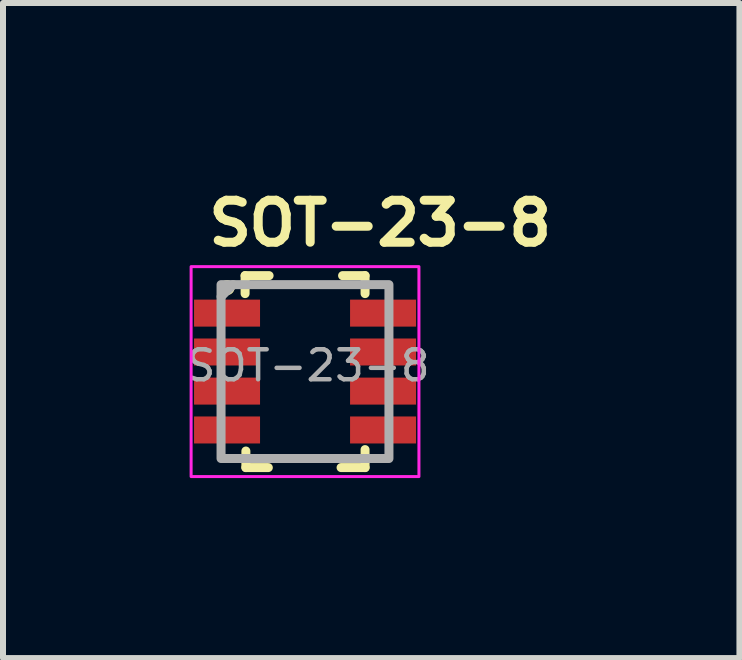
<source format=kicad_pcb>
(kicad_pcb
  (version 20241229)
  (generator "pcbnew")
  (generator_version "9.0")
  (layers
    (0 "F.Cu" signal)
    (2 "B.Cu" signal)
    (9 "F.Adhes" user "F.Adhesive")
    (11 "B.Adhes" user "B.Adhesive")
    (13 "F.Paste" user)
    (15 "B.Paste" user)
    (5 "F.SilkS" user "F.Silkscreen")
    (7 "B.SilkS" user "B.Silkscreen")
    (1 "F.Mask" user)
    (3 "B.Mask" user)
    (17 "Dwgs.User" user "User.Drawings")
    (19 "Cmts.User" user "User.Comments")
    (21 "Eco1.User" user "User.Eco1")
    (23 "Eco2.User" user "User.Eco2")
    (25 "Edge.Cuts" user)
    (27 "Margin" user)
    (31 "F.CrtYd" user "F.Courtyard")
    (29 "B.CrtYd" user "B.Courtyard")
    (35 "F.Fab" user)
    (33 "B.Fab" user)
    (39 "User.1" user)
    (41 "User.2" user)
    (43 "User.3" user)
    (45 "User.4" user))
  (footprint "SOT-23-8"
    (layer "F.Cu")
    (at 2.036 3.145)
    (property "Reference" "SOT-23-8" (at 1.252 -2.473 180) (layer "F.SilkS") (effects (font (size 0.7 0.7) (thickness 0.15))))
    (attr smd)
    (fp_line (start -1 -1.6) (end -1 -1.3) (stroke (width 0.15) (type solid)) (layer "F.SilkS"))
    (fp_line (start -0.987 1.324) (end -0.987 1.6) (stroke (width 0.15) (type solid)) (layer "F.SilkS"))
    (fp_line (start -0.987 1.6) (end -0.613 1.6) (stroke (width 0.15) (type solid)) (layer "F.SilkS"))
    (fp_line (start -0.6 -1.6) (end -1 -1.6) (stroke (width 0.15) (type solid)) (layer "F.SilkS"))
    (fp_line (start 0.6 1.6) (end 1 1.6) (stroke (width 0.15) (type solid)) (layer "F.SilkS"))
    (fp_line (start 0.625 -1.6) (end 1 -1.6) (stroke (width 0.15) (type solid)) (layer "F.SilkS"))
    (fp_line (start 1 -1.6) (end 1 -1.3) (stroke (width 0.15) (type solid)) (layer "F.SilkS"))
    (fp_line (start 1 1.6) (end 1 1.3) (stroke (width 0.15) (type solid)) (layer "F.SilkS"))
    (fp_circle (center -1.3 -1.4) (end -1.25 -1.4) (stroke (width 0.15) (type solid)) (fill yes) (layer "F.SilkS"))
    (fp_rect (start 1.898 1.75) (end -1.9 -1.75) (stroke (width 0.05) (type solid)) (fill no) (layer "F.CrtYd"))
    (fp_line (start -1.2 -1.45) (end -1.4 -1.25) (stroke (width 0.15) (type solid)) (layer "F.Fab"))
    (fp_rect (start 1.398 1.449) (end -1.401 -1.45) (stroke (width 0.15) (type solid)) (fill no) (layer "F.Fab"))
    (fp_rect (start 1.398 1.449) (end -1.401 -1.45) (stroke (width 0.1) (type solid)) (fill no) (layer "User.5"))
    (fp_line (start -1.401 -0.826) (end -1.401 -1.125) (stroke (width 0.02) (type solid)) (layer "User.9"))
    (fp_line (start -1.401 -0.826) (end -1.18 -0.826) (stroke (width 0.02) (type solid)) (layer "User.9"))
    (fp_line (start -1.401 -0.176) (end -1.401 -0.476) (stroke (width 0.02) (type solid)) (layer "User.9"))
    (fp_line (start -1.401 -0.176) (end -1.18 -0.176) (stroke (width 0.02) (type solid)) (layer "User.9"))
    (fp_line (start -1.401 0.474) (end -1.401 0.174) (stroke (width 0.02) (type solid)) (layer "User.9"))
    (fp_line (start -1.401 0.474) (end -1.18 0.474) (stroke (width 0.02) (type solid)) (layer "User.9"))
    (fp_line (start -1.401 1.124) (end -1.401 0.824) (stroke (width 0.02) (type solid)) (layer "User.9"))
    (fp_line (start -1.401 1.124) (end -1.18 1.124) (stroke (width 0.02) (type solid)) (layer "User.9"))
    (fp_line (start -1.18 -1.125) (end -1.401 -1.125) (stroke (width 0.02) (type solid)) (layer "User.9"))
    (fp_line (start -1.18 -0.826) (end -1.101 -0.826) (stroke (width 0.02) (type solid)) (layer "User.9"))
    (fp_line (start -1.18 -0.476) (end -1.401 -0.476) (stroke (width 0.02) (type solid)) (layer "User.9"))
    (fp_line (start -1.18 -0.176) (end -1.101 -0.176) (stroke (width 0.02) (type solid)) (layer "User.9"))
    (fp_line (start -1.18 0.174) (end -1.401 0.174) (stroke (width 0.02) (type solid)) (layer "User.9"))
    (fp_line (start -1.18 0.474) (end -1.101 0.474) (stroke (width 0.02) (type solid)) (layer "User.9"))
    (fp_line (start -1.18 0.824) (end -1.401 0.824) (stroke (width 0.02) (type solid)) (layer "User.9"))
    (fp_line (start -1.18 1.124) (end -1.101 1.124) (stroke (width 0.02) (type solid)) (layer "User.9"))
    (fp_line (start -1.101 -1.125) (end -1.18 -1.125) (stroke (width 0.02) (type solid)) (layer "User.9"))
    (fp_line (start -1.101 -1.125) (end -0.865 -1.125) (stroke (width 0.02) (type solid)) (layer "User.9"))
    (fp_line (start -1.101 -0.826) (end -1.101 -1.125) (stroke (width 0.02) (type solid)) (layer "User.9"))
    (fp_line (start -1.101 -0.826) (end -0.865 -0.826) (stroke (width 0.02) (type solid)) (layer "User.9"))
    (fp_line (start -1.101 -0.476) (end -1.18 -0.476) (stroke (width 0.02) (type solid)) (layer "User.9"))
    (fp_line (start -1.101 -0.476) (end -0.865 -0.476) (stroke (width 0.02) (type solid)) (layer "User.9"))
    (fp_line (start -1.101 -0.176) (end -1.101 -0.476) (stroke (width 0.02) (type solid)) (layer "User.9"))
    (fp_line (start -1.101 -0.176) (end -0.865 -0.176) (stroke (width 0.02) (type solid)) (layer "User.9"))
    (fp_line (start -1.101 0.174) (end -1.18 0.174) (stroke (width 0.02) (type solid)) (layer "User.9"))
    (fp_line (start -1.101 0.174) (end -0.865 0.174) (stroke (width 0.02) (type solid)) (layer "User.9"))
    (fp_line (start -1.101 0.474) (end -1.101 0.174) (stroke (width 0.02) (type solid)) (layer "User.9"))
    (fp_line (start -1.101 0.474) (end -0.865 0.474) (stroke (width 0.02) (type solid)) (layer "User.9"))
    (fp_line (start -1.101 0.824) (end -1.18 0.824) (stroke (width 0.02) (type solid)) (layer "User.9"))
    (fp_line (start -1.101 0.824) (end -0.865 0.824) (stroke (width 0.02) (type solid)) (layer "User.9"))
    (fp_line (start -1.101 1.124) (end -1.101 0.824) (stroke (width 0.02) (type solid)) (layer "User.9"))
    (fp_line (start -1.101 1.124) (end -0.865 1.124) (stroke (width 0.02) (type solid)) (layer "User.9"))
    (fp_line (start -0.865 -0.826) (end -0.802 -0.826) (stroke (width 0.02) (type solid)) (layer "User.9"))
    (fp_line (start -0.865 -0.176) (end -0.802 -0.176) (stroke (width 0.02) (type solid)) (layer "User.9"))
    (fp_line (start -0.865 0.474) (end -0.802 0.474) (stroke (width 0.02) (type solid)) (layer "User.9"))
    (fp_line (start -0.865 1.124) (end -0.802 1.124) (stroke (width 0.02) (type solid)) (layer "User.9"))
    (fp_line (start -0.802 -1.45) (end 0.8 -1.45) (stroke (width 0.02) (type solid)) (layer "User.9"))
    (fp_line (start -0.802 -1.125) (end -0.865 -1.125) (stroke (width 0.02) (type solid)) (layer "User.9"))
    (fp_line (start -0.802 -0.826) (end -0.802 -1.125) (stroke (width 0.02) (type solid)) (layer "User.9"))
    (fp_line (start -0.802 -0.476) (end -0.865 -0.476) (stroke (width 0.02) (type solid)) (layer "User.9"))
    (fp_line (start -0.802 -0.176) (end -0.802 -0.476) (stroke (width 0.02) (type solid)) (layer "User.9"))
    (fp_line (start -0.802 0.174) (end -0.865 0.174) (stroke (width 0.02) (type solid)) (layer "User.9"))
    (fp_line (start -0.802 0.474) (end -0.802 0.174) (stroke (width 0.02) (type solid)) (layer "User.9"))
    (fp_line (start -0.802 0.824) (end -0.865 0.824) (stroke (width 0.02) (type solid)) (layer "User.9"))
    (fp_line (start -0.802 1.124) (end -0.802 0.824) (stroke (width 0.02) (type solid)) (layer "User.9"))
    (fp_line (start -0.802 1.449) (end -0.802 -1.45) (stroke (width 0.02) (type solid)) (layer "User.9"))
    (fp_line (start -0.75 -1.401) (end -0.802 -1.45) (stroke (width 0.02) (type solid)) (layer "User.9"))
    (fp_line (start -0.75 -1.401) (end -0.75 1.398) (stroke (width 0.02) (type solid)) (layer "User.9"))
    (fp_line (start -0.75 -1.401) (end 0.748 -1.401) (stroke (width 0.02) (type solid)) (layer "User.9"))
    (fp_line (start -0.75 1.398) (end -0.802 1.449) (stroke (width 0.02) (type solid)) (layer "User.9"))
    (fp_line (start -0.75 1.398) (end 0.748 1.398) (stroke (width 0.02) (type solid)) (layer "User.9"))
    (fp_line (start -0.552 -1.051) (end -0.551 -1.057) (stroke (width 0.02) (type solid)) (layer "User.9"))
    (fp_line (start -0.552 -1.051) (end -0.551 -1.045) (stroke (width 0.02) (type solid)) (layer "User.9"))
    (fp_line (start -0.551 -1.065) (end -0.55 -1.071) (stroke (width 0.02) (type solid)) (layer "User.9"))
    (fp_line (start -0.551 -1.061) (end -0.552 -1.051) (stroke (width 0.02) (type solid)) (layer "User.9"))
    (fp_line (start -0.551 -1.061) (end -0.551 -1.065) (stroke (width 0.02) (type solid)) (layer "User.9"))
    (fp_line (start -0.551 -1.057) (end -0.551 -1.061) (stroke (width 0.02) (type solid)) (layer "User.9"))
    (fp_line (start -0.551 -1.045) (end -0.551 -1.041) (stroke (width 0.02) (type solid)) (layer "User.9"))
    (fp_line (start -0.551 -1.041) (end -0.552 -1.051) (stroke (width 0.02) (type solid)) (layer "User.9"))
    (fp_line (start -0.551 -1.041) (end -0.551 -1.037) (stroke (width 0.02) (type solid)) (layer "User.9"))
    (fp_line (start -0.551 -1.037) (end -0.55 -1.031) (stroke (width 0.02) (type solid)) (layer "User.9"))
    (fp_line (start -0.55 -1.071) (end -0.551 -1.061) (stroke (width 0.02) (type solid)) (layer "User.9"))
    (fp_line (start -0.55 -1.071) (end -0.549 -1.075) (stroke (width 0.02) (type solid)) (layer "User.9"))
    (fp_line (start -0.55 -1.031) (end -0.551 -1.041) (stroke (width 0.02) (type solid)) (layer "User.9"))
    (fp_line (start -0.55 -1.031) (end -0.549 -1.027) (stroke (width 0.02) (type solid)) (layer "User.9"))
    (fp_line (start -0.549 -1.081) (end -0.55 -1.071) (stroke (width 0.02) (type solid)) (layer "User.9"))
    (fp_line (start -0.549 -1.081) (end -0.548 -1.085) (stroke (width 0.02) (type solid)) (layer "User.9"))
    (fp_line (start -0.549 -1.075) (end -0.549 -1.081) (stroke (width 0.02) (type solid)) (layer "User.9"))
    (fp_line (start -0.549 -1.027) (end -0.549 -1.022) (stroke (width 0.02) (type solid)) (layer "User.9"))
    (fp_line (start -0.549 -1.022) (end -0.55 -1.031) (stroke (width 0.02) (type solid)) (layer "User.9"))
    (fp_line (start -0.549 -1.022) (end -0.548 -1.016) (stroke (width 0.02) (type solid)) (layer "User.9"))
    (fp_line (start -0.548 -1.085) (end -0.546 -1.091) (stroke (width 0.02) (type solid)) (layer "User.9"))
    (fp_line (start -0.548 -1.016) (end -0.546 -1.012) (stroke (width 0.02) (type solid)) (layer "User.9"))
    (fp_line (start -0.546 -1.091) (end -0.549 -1.081) (stroke (width 0.02) (type solid)) (layer "User.9"))
    (fp_line (start -0.546 -1.091) (end -0.545 -1.095) (stroke (width 0.02) (type solid)) (layer "User.9"))
    (fp_line (start -0.546 -1.012) (end -0.549 -1.022) (stroke (width 0.02) (type solid)) (layer "User.9"))
    (fp_line (start -0.546 -1.012) (end -0.545 -1.008) (stroke (width 0.02) (type solid)) (layer "User.9"))
    (fp_line (start -0.545 -1.095) (end -0.543 -1.099) (stroke (width 0.02) (type solid)) (layer "User.9"))
    (fp_line (start -0.545 -1.008) (end -0.543 -1.002) (stroke (width 0.02) (type solid)) (layer "User.9"))
    (fp_line (start -0.543 -1.099) (end -0.546 -1.091) (stroke (width 0.02) (type solid)) (layer "User.9"))
    (fp_line (start -0.543 -1.099) (end -0.542 -1.105) (stroke (width 0.02) (type solid)) (layer "User.9"))
    (fp_line (start -0.543 -1.002) (end -0.546 -1.012) (stroke (width 0.02) (type solid)) (layer "User.9"))
    (fp_line (start -0.543 -1.002) (end -0.542 -0.997) (stroke (width 0.02) (type solid)) (layer "User.9"))
    (fp_line (start -0.542 -1.105) (end -0.54 -1.109) (stroke (width 0.02) (type solid)) (layer "User.9"))
    (fp_line (start -0.542 -0.997) (end -0.54 -0.993) (stroke (width 0.02) (type solid)) (layer "User.9"))
    (fp_line (start -0.54 -1.109) (end -0.543 -1.099) (stroke (width 0.02) (type solid)) (layer "User.9"))
    (fp_line (start -0.54 -1.109) (end -0.538 -1.113) (stroke (width 0.02) (type solid)) (layer "User.9"))
    (fp_line (start -0.54 -0.993) (end -0.543 -1.002) (stroke (width 0.02) (type solid)) (layer "User.9"))
    (fp_line (start -0.54 -0.993) (end -0.538 -0.988) (stroke (width 0.02) (type solid)) (layer "User.9"))
    (fp_line (start -0.538 -1.113) (end -0.536 -1.117) (stroke (width 0.02) (type solid)) (layer "User.9"))
    (fp_line (start -0.538 -0.988) (end -0.536 -0.984) (stroke (width 0.02) (type solid)) (layer "User.9"))
    (fp_line (start -0.536 -1.117) (end -0.54 -1.109) (stroke (width 0.02) (type solid)) (layer "User.9"))
    (fp_line (start -0.536 -1.117) (end -0.534 -1.121) (stroke (width 0.02) (type solid)) (layer "User.9"))
    (fp_line (start -0.536 -0.984) (end -0.54 -0.993) (stroke (width 0.02) (type solid)) (layer "User.9"))
    (fp_line (start -0.536 -0.984) (end -0.534 -0.98) (stroke (width 0.02) (type solid)) (layer "User.9"))
    (fp_line (start -0.534 -1.121) (end -0.531 -1.125) (stroke (width 0.02) (type solid)) (layer "User.9"))
    (fp_line (start -0.534 -0.98) (end -0.531 -0.975) (stroke (width 0.02) (type solid)) (layer "User.9"))
    (fp_line (start -0.531 -1.125) (end -0.536 -1.117) (stroke (width 0.02) (type solid)) (layer "User.9"))
    (fp_line (start -0.531 -1.125) (end -0.529 -1.131) (stroke (width 0.02) (type solid)) (layer "User.9"))
    (fp_line (start -0.531 -0.975) (end -0.536 -0.984) (stroke (width 0.02) (type solid)) (layer "User.9"))
    (fp_line (start -0.531 -0.975) (end -0.529 -0.971) (stroke (width 0.02) (type solid)) (layer "User.9"))
    (fp_line (start -0.529 -1.131) (end -0.526 -1.135) (stroke (width 0.02) (type solid)) (layer "User.9"))
    (fp_line (start -0.529 -0.971) (end -0.526 -0.967) (stroke (width 0.02) (type solid)) (layer "User.9"))
    (fp_line (start -0.526 -1.135) (end -0.531 -1.125) (stroke (width 0.02) (type solid)) (layer "User.9"))
    (fp_line (start -0.526 -1.135) (end -0.524 -1.139) (stroke (width 0.02) (type solid)) (layer "User.9"))
    (fp_line (start -0.526 -0.967) (end -0.531 -0.975) (stroke (width 0.02) (type solid)) (layer "User.9"))
    (fp_line (start -0.526 -0.967) (end -0.524 -0.963) (stroke (width 0.02) (type solid)) (layer "User.9"))
    (fp_line (start -0.524 -1.139) (end -0.521 -1.143) (stroke (width 0.02) (type solid)) (layer "User.9"))
    (fp_line (start -0.524 -0.963) (end -0.521 -0.96) (stroke (width 0.02) (type solid)) (layer "User.9"))
    (fp_line (start -0.521 -1.143) (end -0.526 -1.135) (stroke (width 0.02) (type solid)) (layer "User.9"))
    (fp_line (start -0.521 -1.143) (end -0.518 -1.145) (stroke (width 0.02) (type solid)) (layer "User.9"))
    (fp_line (start -0.521 -0.96) (end -0.526 -0.967) (stroke (width 0.02) (type solid)) (layer "User.9"))
    (fp_line (start -0.521 -0.96) (end -0.518 -0.957) (stroke (width 0.02) (type solid)) (layer "User.9"))
    (fp_line (start -0.518 -1.145) (end -0.514 -1.149) (stroke (width 0.02) (type solid)) (layer "User.9"))
    (fp_line (start -0.518 -0.957) (end -0.514 -0.953) (stroke (width 0.02) (type solid)) (layer "User.9"))
    (fp_line (start -0.514 -1.149) (end -0.521 -1.143) (stroke (width 0.02) (type solid)) (layer "User.9"))
    (fp_line (start -0.514 -1.149) (end -0.51 -1.154) (stroke (width 0.02) (type solid)) (layer "User.9"))
    (fp_line (start -0.514 -0.953) (end -0.521 -0.96) (stroke (width 0.02) (type solid)) (layer "User.9"))
    (fp_line (start -0.514 -0.953) (end -0.51 -0.949) (stroke (width 0.02) (type solid)) (layer "User.9"))
    (fp_line (start -0.51 -1.154) (end -0.507 -1.156) (stroke (width 0.02) (type solid)) (layer "User.9"))
    (fp_line (start -0.51 -0.949) (end -0.507 -0.946) (stroke (width 0.02) (type solid)) (layer "User.9"))
    (fp_line (start -0.507 -1.156) (end -0.514 -1.149) (stroke (width 0.02) (type solid)) (layer "User.9"))
    (fp_line (start -0.507 -1.156) (end -0.503 -1.16) (stroke (width 0.02) (type solid)) (layer "User.9"))
    (fp_line (start -0.507 -0.946) (end -0.514 -0.953) (stroke (width 0.02) (type solid)) (layer "User.9"))
    (fp_line (start -0.507 -0.946) (end -0.503 -0.942) (stroke (width 0.02) (type solid)) (layer "User.9"))
    (fp_line (start -0.503 -1.16) (end -0.5 -1.164) (stroke (width 0.02) (type solid)) (layer "User.9"))
    (fp_line (start -0.503 -0.942) (end -0.5 -0.939) (stroke (width 0.02) (type solid)) (layer "User.9"))
    (fp_line (start -0.5 -1.164) (end -0.507 -1.156) (stroke (width 0.02) (type solid)) (layer "User.9"))
    (fp_line (start -0.5 -1.164) (end -0.496 -1.166) (stroke (width 0.02) (type solid)) (layer "User.9"))
    (fp_line (start -0.5 -0.939) (end -0.507 -0.946) (stroke (width 0.02) (type solid)) (layer "User.9"))
    (fp_line (start -0.5 -0.939) (end -0.496 -0.936) (stroke (width 0.02) (type solid)) (layer "User.9"))
    (fp_line (start -0.496 -1.166) (end -0.492 -1.17) (stroke (width 0.02) (type solid)) (layer "User.9"))
    (fp_line (start -0.496 -0.936) (end -0.492 -0.933) (stroke (width 0.02) (type solid)) (layer "User.9"))
    (fp_line (start -0.492 -1.17) (end -0.5 -1.164) (stroke (width 0.02) (type solid)) (layer "User.9"))
    (fp_line (start -0.492 -1.17) (end -0.488 -1.172) (stroke (width 0.02) (type solid)) (layer "User.9"))
    (fp_line (start -0.492 -0.933) (end -0.5 -0.939) (stroke (width 0.02) (type solid)) (layer "User.9"))
    (fp_line (start -0.492 -0.933) (end -0.488 -0.93) (stroke (width 0.02) (type solid)) (layer "User.9"))
    (fp_line (start -0.488 -1.172) (end -0.484 -1.176) (stroke (width 0.02) (type solid)) (layer "User.9"))
    (fp_line (start -0.488 -0.93) (end -0.484 -0.927) (stroke (width 0.02) (type solid)) (layer "User.9"))
    (fp_line (start -0.484 -1.176) (end -0.492 -1.17) (stroke (width 0.02) (type solid)) (layer "User.9"))
    (fp_line (start -0.484 -1.176) (end -0.48 -1.178) (stroke (width 0.02) (type solid)) (layer "User.9"))
    (fp_line (start -0.484 -0.927) (end -0.492 -0.933) (stroke (width 0.02) (type solid)) (layer "User.9"))
    (fp_line (start -0.484 -0.927) (end -0.48 -0.924) (stroke (width 0.02) (type solid)) (layer "User.9"))
    (fp_line (start -0.48 -1.178) (end -0.476 -1.18) (stroke (width 0.02) (type solid)) (layer "User.9"))
    (fp_line (start -0.48 -0.924) (end -0.476 -0.922) (stroke (width 0.02) (type solid)) (layer "User.9"))
    (fp_line (start -0.476 -1.18) (end -0.484 -1.176) (stroke (width 0.02) (type solid)) (layer "User.9"))
    (fp_line (start -0.476 -1.18) (end -0.476 -1.18) (stroke (width 0.02) (type solid)) (layer "User.9"))
    (fp_line (start -0.476 -1.18) (end -0.476 -1.18) (stroke (width 0.02) (type solid)) (layer "User.9"))
    (fp_line (start -0.476 -1.18) (end -0.468 -1.186) (stroke (width 0.02) (type solid)) (layer "User.9"))
    (fp_line (start -0.476 -0.922) (end -0.484 -0.927) (stroke (width 0.02) (type solid)) (layer "User.9"))
    (fp_line (start -0.476 -0.922) (end -0.476 -0.922) (stroke (width 0.02) (type solid)) (layer "User.9"))
    (fp_line (start -0.476 -0.922) (end -0.476 -0.922) (stroke (width 0.02) (type solid)) (layer "User.9"))
    (fp_line (start -0.476 -0.922) (end -0.468 -0.917) (stroke (width 0.02) (type solid)) (layer "User.9"))
    (fp_line (start -0.468 -1.186) (end -0.476 -1.18) (stroke (width 0.02) (type solid)) (layer "User.9"))
    (fp_line (start -0.468 -1.186) (end -0.459 -1.19) (stroke (width 0.02) (type solid)) (layer "User.9"))
    (fp_line (start -0.468 -0.917) (end -0.476 -0.922) (stroke (width 0.02) (type solid)) (layer "User.9"))
    (fp_line (start -0.468 -0.917) (end -0.459 -0.913) (stroke (width 0.02) (type solid)) (layer "User.9"))
    (fp_line (start -0.459 -1.19) (end -0.468 -1.186) (stroke (width 0.02) (type solid)) (layer "User.9"))
    (fp_line (start -0.459 -1.19) (end -0.448 -1.194) (stroke (width 0.02) (type solid)) (layer "User.9"))
    (fp_line (start -0.459 -0.913) (end -0.468 -0.917) (stroke (width 0.02) (type solid)) (layer "User.9"))
    (fp_line (start -0.459 -0.913) (end -0.448 -0.909) (stroke (width 0.02) (type solid)) (layer "User.9"))
    (fp_line (start -0.448 -1.194) (end -0.459 -1.19) (stroke (width 0.02) (type solid)) (layer "User.9"))
    (fp_line (start -0.448 -1.194) (end -0.439 -1.196) (stroke (width 0.02) (type solid)) (layer "User.9"))
    (fp_line (start -0.448 -0.909) (end -0.459 -0.913) (stroke (width 0.02) (type solid)) (layer "User.9"))
    (fp_line (start -0.448 -0.909) (end -0.439 -0.907) (stroke (width 0.02) (type solid)) (layer "User.9"))
    (fp_line (start -0.439 -1.196) (end -0.448 -1.194) (stroke (width 0.02) (type solid)) (layer "User.9"))
    (fp_line (start -0.439 -1.196) (end -0.429 -1.198) (stroke (width 0.02) (type solid)) (layer "User.9"))
    (fp_line (start -0.439 -0.907) (end -0.448 -0.909) (stroke (width 0.02) (type solid)) (layer "User.9"))
    (fp_line (start -0.439 -0.907) (end -0.429 -0.904) (stroke (width 0.02) (type solid)) (layer "User.9"))
    (fp_line (start -0.429 -1.198) (end -0.439 -1.196) (stroke (width 0.02) (type solid)) (layer "User.9"))
    (fp_line (start -0.429 -1.198) (end -0.42 -1.2) (stroke (width 0.02) (type solid)) (layer "User.9"))
    (fp_line (start -0.429 -0.904) (end -0.439 -0.907) (stroke (width 0.02) (type solid)) (layer "User.9"))
    (fp_line (start -0.429 -0.904) (end -0.42 -0.903) (stroke (width 0.02) (type solid)) (layer "User.9"))
    (fp_line (start -0.42 -1.2) (end -0.429 -1.198) (stroke (width 0.02) (type solid)) (layer "User.9"))
    (fp_line (start -0.42 -1.2) (end -0.411 -1.2) (stroke (width 0.02) (type solid)) (layer "User.9"))
    (fp_line (start -0.42 -0.903) (end -0.429 -0.904) (stroke (width 0.02) (type solid)) (layer "User.9"))
    (fp_line (start -0.42 -0.903) (end -0.411 -0.902) (stroke (width 0.02) (type solid)) (layer "User.9"))
    (fp_line (start -0.411 -1.2) (end -0.42 -1.2) (stroke (width 0.02) (type solid)) (layer "User.9"))
    (fp_line (start -0.411 -1.2) (end -0.402 -1.2) (stroke (width 0.02) (type solid)) (layer "User.9"))
    (fp_line (start -0.411 -0.902) (end -0.42 -0.903) (stroke (width 0.02) (type solid)) (layer "User.9"))
    (fp_line (start -0.411 -0.902) (end -0.402 -0.902) (stroke (width 0.02) (type solid)) (layer "User.9"))
    (fp_line (start -0.402 -1.2) (end -0.411 -1.2) (stroke (width 0.02) (type solid)) (layer "User.9"))
    (fp_line (start -0.402 -1.2) (end -0.392 -1.2) (stroke (width 0.02) (type solid)) (layer "User.9"))
    (fp_line (start -0.402 -0.902) (end -0.411 -0.902) (stroke (width 0.02) (type solid)) (layer "User.9"))
    (fp_line (start -0.402 -0.902) (end -0.392 -0.902) (stroke (width 0.02) (type solid)) (layer "User.9"))
    (fp_line (start -0.392 -1.2) (end -0.402 -1.2) (stroke (width 0.02) (type solid)) (layer "User.9"))
    (fp_line (start -0.392 -1.2) (end -0.381 -1.2) (stroke (width 0.02) (type solid)) (layer "User.9"))
    (fp_line (start -0.392 -0.902) (end -0.402 -0.902) (stroke (width 0.02) (type solid)) (layer "User.9"))
    (fp_line (start -0.392 -0.902) (end -0.381 -0.903) (stroke (width 0.02) (type solid)) (layer "User.9"))
    (fp_line (start -0.381 -1.2) (end -0.392 -1.2) (stroke (width 0.02) (type solid)) (layer "User.9"))
    (fp_line (start -0.381 -1.2) (end -0.372 -1.198) (stroke (width 0.02) (type solid)) (layer "User.9"))
    (fp_line (start -0.381 -0.903) (end -0.392 -0.902) (stroke (width 0.02) (type solid)) (layer "User.9"))
    (fp_line (start -0.381 -0.903) (end -0.372 -0.904) (stroke (width 0.02) (type solid)) (layer "User.9"))
    (fp_line (start -0.372 -1.198) (end -0.381 -1.2) (stroke (width 0.02) (type solid)) (layer "User.9"))
    (fp_line (start -0.372 -1.198) (end -0.362 -1.196) (stroke (width 0.02) (type solid)) (layer "User.9"))
    (fp_line (start -0.372 -0.904) (end -0.381 -0.903) (stroke (width 0.02) (type solid)) (layer "User.9"))
    (fp_line (start -0.372 -0.904) (end -0.362 -0.907) (stroke (width 0.02) (type solid)) (layer "User.9"))
    (fp_line (start -0.362 -1.196) (end -0.372 -1.198) (stroke (width 0.02) (type solid)) (layer "User.9"))
    (fp_line (start -0.362 -1.196) (end -0.353 -1.194) (stroke (width 0.02) (type solid)) (layer "User.9"))
    (fp_line (start -0.362 -0.907) (end -0.372 -0.904) (stroke (width 0.02) (type solid)) (layer "User.9"))
    (fp_line (start -0.362 -0.907) (end -0.353 -0.909) (stroke (width 0.02) (type solid)) (layer "User.9"))
    (fp_line (start -0.353 -1.194) (end -0.362 -1.196) (stroke (width 0.02) (type solid)) (layer "User.9"))
    (fp_line (start -0.353 -1.194) (end -0.344 -1.19) (stroke (width 0.02) (type solid)) (layer "User.9"))
    (fp_line (start -0.353 -0.909) (end -0.362 -0.907) (stroke (width 0.02) (type solid)) (layer "User.9"))
    (fp_line (start -0.353 -0.909) (end -0.344 -0.913) (stroke (width 0.02) (type solid)) (layer "User.9"))
    (fp_line (start -0.344 -1.19) (end -0.353 -1.194) (stroke (width 0.02) (type solid)) (layer "User.9"))
    (fp_line (start -0.344 -1.19) (end -0.335 -1.186) (stroke (width 0.02) (type solid)) (layer "User.9"))
    (fp_line (start -0.344 -0.913) (end -0.353 -0.909) (stroke (width 0.02) (type solid)) (layer "User.9"))
    (fp_line (start -0.344 -0.913) (end -0.335 -0.917) (stroke (width 0.02) (type solid)) (layer "User.9"))
    (fp_line (start -0.335 -1.186) (end -0.344 -1.19) (stroke (width 0.02) (type solid)) (layer "User.9"))
    (fp_line (start -0.335 -1.186) (end -0.327 -1.18) (stroke (width 0.02) (type solid)) (layer "User.9"))
    (fp_line (start -0.335 -0.917) (end -0.344 -0.913) (stroke (width 0.02) (type solid)) (layer "User.9"))
    (fp_line (start -0.335 -0.917) (end -0.327 -0.922) (stroke (width 0.02) (type solid)) (layer "User.9"))
    (fp_line (start -0.327 -1.18) (end -0.335 -1.186) (stroke (width 0.02) (type solid)) (layer "User.9"))
    (fp_line (start -0.327 -1.18) (end -0.327 -1.18) (stroke (width 0.02) (type solid)) (layer "User.9"))
    (fp_line (start -0.327 -1.18) (end -0.327 -1.18) (stroke (width 0.02) (type solid)) (layer "User.9"))
    (fp_line (start -0.327 -1.18) (end -0.317 -1.176) (stroke (width 0.02) (type solid)) (layer "User.9"))
    (fp_line (start -0.327 -0.922) (end -0.335 -0.917) (stroke (width 0.02) (type solid)) (layer "User.9"))
    (fp_line (start -0.327 -0.922) (end -0.327 -0.922) (stroke (width 0.02) (type solid)) (layer "User.9"))
    (fp_line (start -0.327 -0.922) (end -0.327 -0.922) (stroke (width 0.02) (type solid)) (layer "User.9"))
    (fp_line (start -0.327 -0.922) (end -0.317 -0.927) (stroke (width 0.02) (type solid)) (layer "User.9"))
    (fp_line (start -0.322 -1.178) (end -0.327 -1.18) (stroke (width 0.02) (type solid)) (layer "User.9"))
    (fp_line (start -0.322 -0.924) (end -0.327 -0.922) (stroke (width 0.02) (type solid)) (layer "User.9"))
    (fp_line (start -0.317 -1.176) (end -0.322 -1.178) (stroke (width 0.02) (type solid)) (layer "User.9"))
    (fp_line (start -0.317 -1.176) (end -0.309 -1.17) (stroke (width 0.02) (type solid)) (layer "User.9"))
    (fp_line (start -0.317 -0.927) (end -0.322 -0.924) (stroke (width 0.02) (type solid)) (layer "User.9"))
    (fp_line (start -0.317 -0.927) (end -0.309 -0.933) (stroke (width 0.02) (type solid)) (layer "User.9"))
    (fp_line (start -0.313 -1.172) (end -0.317 -1.176) (stroke (width 0.02) (type solid)) (layer "User.9"))
    (fp_line (start -0.313 -0.93) (end -0.317 -0.927) (stroke (width 0.02) (type solid)) (layer "User.9"))
    (fp_line (start -0.309 -1.17) (end -0.313 -1.172) (stroke (width 0.02) (type solid)) (layer "User.9"))
    (fp_line (start -0.309 -1.17) (end -0.301 -1.164) (stroke (width 0.02) (type solid)) (layer "User.9"))
    (fp_line (start -0.309 -0.933) (end -0.313 -0.93) (stroke (width 0.02) (type solid)) (layer "User.9"))
    (fp_line (start -0.309 -0.933) (end -0.301 -0.939) (stroke (width 0.02) (type solid)) (layer "User.9"))
    (fp_line (start -0.305 -1.166) (end -0.309 -1.17) (stroke (width 0.02) (type solid)) (layer "User.9"))
    (fp_line (start -0.305 -0.936) (end -0.309 -0.933) (stroke (width 0.02) (type solid)) (layer "User.9"))
    (fp_line (start -0.301 -1.164) (end -0.305 -1.166) (stroke (width 0.02) (type solid)) (layer "User.9"))
    (fp_line (start -0.301 -1.164) (end -0.294 -1.156) (stroke (width 0.02) (type solid)) (layer "User.9"))
    (fp_line (start -0.301 -0.939) (end -0.305 -0.936) (stroke (width 0.02) (type solid)) (layer "User.9"))
    (fp_line (start -0.301 -0.939) (end -0.294 -0.946) (stroke (width 0.02) (type solid)) (layer "User.9"))
    (fp_line (start -0.298 -1.16) (end -0.301 -1.164) (stroke (width 0.02) (type solid)) (layer "User.9"))
    (fp_line (start -0.298 -0.942) (end -0.301 -0.939) (stroke (width 0.02) (type solid)) (layer "User.9"))
    (fp_line (start -0.294 -1.156) (end -0.298 -1.16) (stroke (width 0.02) (type solid)) (layer "User.9"))
    (fp_line (start -0.294 -1.156) (end -0.289 -1.149) (stroke (width 0.02) (type solid)) (layer "User.9"))
    (fp_line (start -0.294 -0.946) (end -0.298 -0.942) (stroke (width 0.02) (type solid)) (layer "User.9"))
    (fp_line (start -0.294 -0.946) (end -0.289 -0.953) (stroke (width 0.02) (type solid)) (layer "User.9"))
    (fp_line (start -0.291 -1.154) (end -0.294 -1.156) (stroke (width 0.02) (type solid)) (layer "User.9"))
    (fp_line (start -0.291 -0.949) (end -0.294 -0.946) (stroke (width 0.02) (type solid)) (layer "User.9"))
    (fp_line (start -0.289 -1.149) (end -0.291 -1.154) (stroke (width 0.02) (type solid)) (layer "User.9"))
    (fp_line (start -0.289 -1.149) (end -0.282 -1.143) (stroke (width 0.02) (type solid)) (layer "User.9"))
    (fp_line (start -0.289 -0.953) (end -0.291 -0.949) (stroke (width 0.02) (type solid)) (layer "User.9"))
    (fp_line (start -0.289 -0.953) (end -0.282 -0.96) (stroke (width 0.02) (type solid)) (layer "User.9"))
    (fp_line (start -0.285 -1.145) (end -0.289 -1.149) (stroke (width 0.02) (type solid)) (layer "User.9"))
    (fp_line (start -0.285 -0.957) (end -0.289 -0.953) (stroke (width 0.02) (type solid)) (layer "User.9"))
    (fp_line (start -0.282 -1.143) (end -0.285 -1.145) (stroke (width 0.02) (type solid)) (layer "User.9"))
    (fp_line (start -0.282 -1.143) (end -0.277 -1.135) (stroke (width 0.02) (type solid)) (layer "User.9"))
    (fp_line (start -0.282 -0.96) (end -0.285 -0.957) (stroke (width 0.02) (type solid)) (layer "User.9"))
    (fp_line (start -0.282 -0.96) (end -0.277 -0.967) (stroke (width 0.02) (type solid)) (layer "User.9"))
    (fp_line (start -0.279 -1.139) (end -0.282 -1.143) (stroke (width 0.02) (type solid)) (layer "User.9"))
    (fp_line (start -0.279 -0.963) (end -0.282 -0.96) (stroke (width 0.02) (type solid)) (layer "User.9"))
    (fp_line (start -0.277 -1.135) (end -0.279 -1.139) (stroke (width 0.02) (type solid)) (layer "User.9"))
    (fp_line (start -0.277 -1.135) (end -0.272 -1.125) (stroke (width 0.02) (type solid)) (layer "User.9"))
    (fp_line (start -0.277 -0.967) (end -0.279 -0.963) (stroke (width 0.02) (type solid)) (layer "User.9"))
    (fp_line (start -0.277 -0.967) (end -0.272 -0.975) (stroke (width 0.02) (type solid)) (layer "User.9"))
    (fp_line (start -0.274 -1.131) (end -0.277 -1.135) (stroke (width 0.02) (type solid)) (layer "User.9"))
    (fp_line (start -0.274 -0.971) (end -0.277 -0.967) (stroke (width 0.02) (type solid)) (layer "User.9"))
    (fp_line (start -0.272 -1.125) (end -0.274 -1.131) (stroke (width 0.02) (type solid)) (layer "User.9"))
    (fp_line (start -0.272 -1.125) (end -0.267 -1.117) (stroke (width 0.02) (type solid)) (layer "User.9"))
    (fp_line (start -0.272 -0.975) (end -0.274 -0.971) (stroke (width 0.02) (type solid)) (layer "User.9"))
    (fp_line (start -0.272 -0.975) (end -0.267 -0.984) (stroke (width 0.02) (type solid)) (layer "User.9"))
    (fp_line (start -0.269 -1.121) (end -0.272 -1.125) (stroke (width 0.02) (type solid)) (layer "User.9"))
    (fp_line (start -0.269 -0.98) (end -0.272 -0.975) (stroke (width 0.02) (type solid)) (layer "User.9"))
    (fp_line (start -0.267 -1.117) (end -0.269 -1.121) (stroke (width 0.02) (type solid)) (layer "User.9"))
    (fp_line (start -0.267 -1.117) (end -0.263 -1.109) (stroke (width 0.02) (type solid)) (layer "User.9"))
    (fp_line (start -0.267 -0.984) (end -0.269 -0.98) (stroke (width 0.02) (type solid)) (layer "User.9"))
    (fp_line (start -0.267 -0.984) (end -0.263 -0.993) (stroke (width 0.02) (type solid)) (layer "User.9"))
    (fp_line (start -0.265 -1.113) (end -0.267 -1.117) (stroke (width 0.02) (type solid)) (layer "User.9"))
    (fp_line (start -0.265 -0.988) (end -0.267 -0.984) (stroke (width 0.02) (type solid)) (layer "User.9"))
    (fp_line (start -0.263 -1.109) (end -0.265 -1.113) (stroke (width 0.02) (type solid)) (layer "User.9"))
    (fp_line (start -0.263 -1.109) (end -0.26 -1.099) (stroke (width 0.02) (type solid)) (layer "User.9"))
    (fp_line (start -0.263 -0.993) (end -0.265 -0.988) (stroke (width 0.02) (type solid)) (layer "User.9"))
    (fp_line (start -0.263 -0.993) (end -0.26 -1.002) (stroke (width 0.02) (type solid)) (layer "User.9"))
    (fp_line (start -0.261 -1.105) (end -0.263 -1.109) (stroke (width 0.02) (type solid)) (layer "User.9"))
    (fp_line (start -0.261 -0.997) (end -0.263 -0.993) (stroke (width 0.02) (type solid)) (layer "User.9"))
    (fp_line (start -0.26 -1.099) (end -0.261 -1.105) (stroke (width 0.02) (type solid)) (layer "User.9"))
    (fp_line (start -0.26 -1.099) (end -0.256 -1.091) (stroke (width 0.02) (type solid)) (layer "User.9"))
    (fp_line (start -0.26 -1.002) (end -0.261 -0.997) (stroke (width 0.02) (type solid)) (layer "User.9"))
    (fp_line (start -0.26 -1.002) (end -0.256 -1.012) (stroke (width 0.02) (type solid)) (layer "User.9"))
    (fp_line (start -0.258 -1.095) (end -0.26 -1.099) (stroke (width 0.02) (type solid)) (layer "User.9"))
    (fp_line (start -0.258 -1.008) (end -0.26 -1.002) (stroke (width 0.02) (type solid)) (layer "User.9"))
    (fp_line (start -0.256 -1.091) (end -0.258 -1.095) (stroke (width 0.02) (type solid)) (layer "User.9"))
    (fp_line (start -0.256 -1.091) (end -0.253 -1.081) (stroke (width 0.02) (type solid)) (layer "User.9"))
    (fp_line (start -0.256 -1.012) (end -0.258 -1.008) (stroke (width 0.02) (type solid)) (layer "User.9"))
    (fp_line (start -0.256 -1.012) (end -0.253 -1.022) (stroke (width 0.02) (type solid)) (layer "User.9"))
    (fp_line (start -0.254 -1.085) (end -0.256 -1.091) (stroke (width 0.02) (type solid)) (layer "User.9"))
    (fp_line (start -0.254 -1.016) (end -0.256 -1.012) (stroke (width 0.02) (type solid)) (layer "User.9"))
    (fp_line (start -0.253 -1.081) (end -0.254 -1.085) (stroke (width 0.02) (type solid)) (layer "User.9"))
    (fp_line (start -0.253 -1.081) (end -0.252 -1.071) (stroke (width 0.02) (type solid)) (layer "User.9"))
    (fp_line (start -0.253 -1.075) (end -0.253 -1.081) (stroke (width 0.02) (type solid)) (layer "User.9"))
    (fp_line (start -0.253 -1.027) (end -0.253 -1.022) (stroke (width 0.02) (type solid)) (layer "User.9"))
    (fp_line (start -0.253 -1.022) (end -0.254 -1.016) (stroke (width 0.02) (type solid)) (layer "User.9"))
    (fp_line (start -0.253 -1.022) (end -0.252 -1.031) (stroke (width 0.02) (type solid)) (layer "User.9"))
    (fp_line (start -0.252 -1.071) (end -0.253 -1.075) (stroke (width 0.02) (type solid)) (layer "User.9"))
    (fp_line (start -0.252 -1.071) (end -0.251 -1.061) (stroke (width 0.02) (type solid)) (layer "User.9"))
    (fp_line (start -0.252 -1.031) (end -0.253 -1.027) (stroke (width 0.02) (type solid)) (layer "User.9"))
    (fp_line (start -0.252 -1.031) (end -0.251 -1.041) (stroke (width 0.02) (type solid)) (layer "User.9"))
    (fp_line (start -0.251 -1.065) (end -0.252 -1.071) (stroke (width 0.02) (type solid)) (layer "User.9"))
    (fp_line (start -0.251 -1.061) (end -0.251 -1.065) (stroke (width 0.02) (type solid)) (layer "User.9"))
    (fp_line (start -0.251 -1.061) (end -0.25 -1.051) (stroke (width 0.02) (type solid)) (layer "User.9"))
    (fp_line (start -0.251 -1.057) (end -0.251 -1.061) (stroke (width 0.02) (type solid)) (layer "User.9"))
    (fp_line (start -0.251 -1.045) (end -0.251 -1.041) (stroke (width 0.02) (type solid)) (layer "User.9"))
    (fp_line (start -0.251 -1.041) (end -0.251 -1.037) (stroke (width 0.02) (type solid)) (layer "User.9"))
    (fp_line (start -0.251 -1.041) (end -0.25 -1.051) (stroke (width 0.02) (type solid)) (layer "User.9"))
    (fp_line (start -0.251 -1.037) (end -0.252 -1.031) (stroke (width 0.02) (type solid)) (layer "User.9"))
    (fp_line (start -0.25 -1.051) (end -0.251 -1.057) (stroke (width 0.02) (type solid)) (layer "User.9"))
    (fp_line (start -0.25 -1.051) (end -0.251 -1.045) (stroke (width 0.02) (type solid)) (layer "User.9"))
    (fp_line (start 0.748 1.398) (end 0.748 -1.401) (stroke (width 0.02) (type solid)) (layer "User.9"))
    (fp_line (start 0.748 1.398) (end 0.8 1.449) (stroke (width 0.02) (type solid)) (layer "User.9"))
    (fp_line (start 0.8 -1.45) (end 0.748 -1.401) (stroke (width 0.02) (type solid)) (layer "User.9"))
    (fp_line (start 0.8 -1.45) (end 0.8 1.449) (stroke (width 0.02) (type solid)) (layer "User.9"))
    (fp_line (start 0.8 -0.826) (end 0.8 -1.125) (stroke (width 0.02) (type solid)) (layer "User.9"))
    (fp_line (start 0.8 -0.176) (end 0.8 -0.476) (stroke (width 0.02) (type solid)) (layer "User.9"))
    (fp_line (start 0.8 0.474) (end 0.8 0.174) (stroke (width 0.02) (type solid)) (layer "User.9"))
    (fp_line (start 0.8 1.124) (end 0.8 0.824) (stroke (width 0.02) (type solid)) (layer "User.9"))
    (fp_line (start 0.8 1.449) (end -0.802 1.449) (stroke (width 0.02) (type solid)) (layer "User.9"))
    (fp_line (start 0.863 -1.125) (end 0.8 -1.125) (stroke (width 0.02) (type solid)) (layer "User.9"))
    (fp_line (start 0.863 -1.125) (end 1.1 -1.125) (stroke (width 0.02) (type solid)) (layer "User.9"))
    (fp_line (start 0.863 -0.826) (end 0.8 -0.826) (stroke (width 0.02) (type solid)) (layer "User.9"))
    (fp_line (start 0.863 -0.476) (end 0.8 -0.476) (stroke (width 0.02) (type solid)) (layer "User.9"))
    (fp_line (start 0.863 -0.476) (end 1.1 -0.476) (stroke (width 0.02) (type solid)) (layer "User.9"))
    (fp_line (start 0.863 -0.176) (end 0.8 -0.176) (stroke (width 0.02) (type solid)) (layer "User.9"))
    (fp_line (start 0.863 0.174) (end 0.8 0.174) (stroke (width 0.02) (type solid)) (layer "User.9"))
    (fp_line (start 0.863 0.174) (end 1.1 0.174) (stroke (width 0.02) (type solid)) (layer "User.9"))
    (fp_line (start 0.863 0.474) (end 0.8 0.474) (stroke (width 0.02) (type solid)) (layer "User.9"))
    (fp_line (start 0.863 0.824) (end 0.8 0.824) (stroke (width 0.02) (type solid)) (layer "User.9"))
    (fp_line (start 0.863 0.824) (end 1.1 0.824) (stroke (width 0.02) (type solid)) (layer "User.9"))
    (fp_line (start 0.863 1.124) (end 0.8 1.124) (stroke (width 0.02) (type solid)) (layer "User.9"))
    (fp_line (start 1.1 -1.125) (end 1.1 -0.826) (stroke (width 0.02) (type solid)) (layer "User.9"))
    (fp_line (start 1.1 -0.826) (end 0.863 -0.826) (stroke (width 0.02) (type solid)) (layer "User.9"))
    (fp_line (start 1.1 -0.476) (end 1.1 -0.176) (stroke (width 0.02) (type solid)) (layer "User.9"))
    (fp_line (start 1.1 -0.176) (end 0.863 -0.176) (stroke (width 0.02) (type solid)) (layer "User.9"))
    (fp_line (start 1.1 0.174) (end 1.1 0.474) (stroke (width 0.02) (type solid)) (layer "User.9"))
    (fp_line (start 1.1 0.474) (end 0.863 0.474) (stroke (width 0.02) (type solid)) (layer "User.9"))
    (fp_line (start 1.1 0.824) (end 1.1 1.124) (stroke (width 0.02) (type solid)) (layer "User.9"))
    (fp_line (start 1.1 1.124) (end 0.863 1.124) (stroke (width 0.02) (type solid)) (layer "User.9"))
    (fp_line (start 1.179 -1.125) (end 1.1 -1.125) (stroke (width 0.02) (type solid)) (layer "User.9"))
    (fp_line (start 1.179 -0.826) (end 1.1 -0.826) (stroke (width 0.02) (type solid)) (layer "User.9"))
    (fp_line (start 1.179 -0.476) (end 1.1 -0.476) (stroke (width 0.02) (type solid)) (layer "User.9"))
    (fp_line (start 1.179 -0.176) (end 1.1 -0.176) (stroke (width 0.02) (type solid)) (layer "User.9"))
    (fp_line (start 1.179 0.174) (end 1.1 0.174) (stroke (width 0.02) (type solid)) (layer "User.9"))
    (fp_line (start 1.179 0.474) (end 1.1 0.474) (stroke (width 0.02) (type solid)) (layer "User.9"))
    (fp_line (start 1.179 0.824) (end 1.1 0.824) (stroke (width 0.02) (type solid)) (layer "User.9"))
    (fp_line (start 1.179 1.124) (end 1.1 1.124) (stroke (width 0.02) (type solid)) (layer "User.9"))
    (fp_line (start 1.398 -1.125) (end 1.179 -1.125) (stroke (width 0.02) (type solid)) (layer "User.9"))
    (fp_line (start 1.398 -1.125) (end 1.398 -0.826) (stroke (width 0.02) (type solid)) (layer "User.9"))
    (fp_line (start 1.398 -0.826) (end 1.179 -0.826) (stroke (width 0.02) (type solid)) (layer "User.9"))
    (fp_line (start 1.398 -0.476) (end 1.179 -0.476) (stroke (width 0.02) (type solid)) (layer "User.9"))
    (fp_line (start 1.398 -0.476) (end 1.398 -0.176) (stroke (width 0.02) (type solid)) (layer "User.9"))
    (fp_line (start 1.398 -0.176) (end 1.179 -0.176) (stroke (width 0.02) (type solid)) (layer "User.9"))
    (fp_line (start 1.398 0.174) (end 1.179 0.174) (stroke (width 0.02) (type solid)) (layer "User.9"))
    (fp_line (start 1.398 0.174) (end 1.398 0.474) (stroke (width 0.02) (type solid)) (layer "User.9"))
    (fp_line (start 1.398 0.474) (end 1.179 0.474) (stroke (width 0.02) (type solid)) (layer "User.9"))
    (fp_line (start 1.398 0.824) (end 1.179 0.824) (stroke (width 0.02) (type solid)) (layer "User.9"))
    (fp_line (start 1.398 0.824) (end 1.398 1.124) (stroke (width 0.02) (type solid)) (layer "User.9"))
    (fp_line (start 1.398 1.124) (end 1.179 1.124) (stroke (width 0.02) (type solid)) (layer "User.9"))
    (fp_text user "${REFERENCE}" (at 0.05 -0.1 180) (layer "F.Fab") (effects (font (size 0.5 0.5) (thickness 0.075))))
    (pad "1" smd rect (at -1.301 -0.975 90) (size 0.45 1.1) (layers "F.Cu" "F.Mask" "F.Paste"))
    (pad "2" smd rect (at -1.301 -0.327 90) (size 0.45 1.1) (layers "F.Cu" "F.Mask" "F.Paste"))
    (pad "3" smd rect (at -1.301 0.325 90) (size 0.45 1.1) (layers "F.Cu" "F.Mask" "F.Paste"))
    (pad "4" smd rect (at -1.301 0.973 90) (size 0.45 1.1) (layers "F.Cu" "F.Mask" "F.Paste"))
    (pad "5" smd rect (at 1.3 0.973 90) (size 0.45 1.1) (layers "F.Cu" "F.Mask" "F.Paste"))
    (pad "6" smd rect (at 1.3 0.325 90) (size 0.45 1.1) (layers "F.Cu" "F.Mask" "F.Paste"))
    (pad "7" smd rect (at 1.3 -0.327 90) (size 0.45 1.1) (layers "F.Cu" "F.Mask" "F.Paste"))
    (pad "8" smd rect (at 1.3 -0.975 90) (size 0.45 1.1) (layers "F.Cu" "F.Mask" "F.Paste")))
  (gr_rect
    (start -3 -3)
    (end 9.277 7.92)
    (stroke (width 0.1) (type default))
    (fill no)
    (layer "Edge.Cuts")))
</source>
